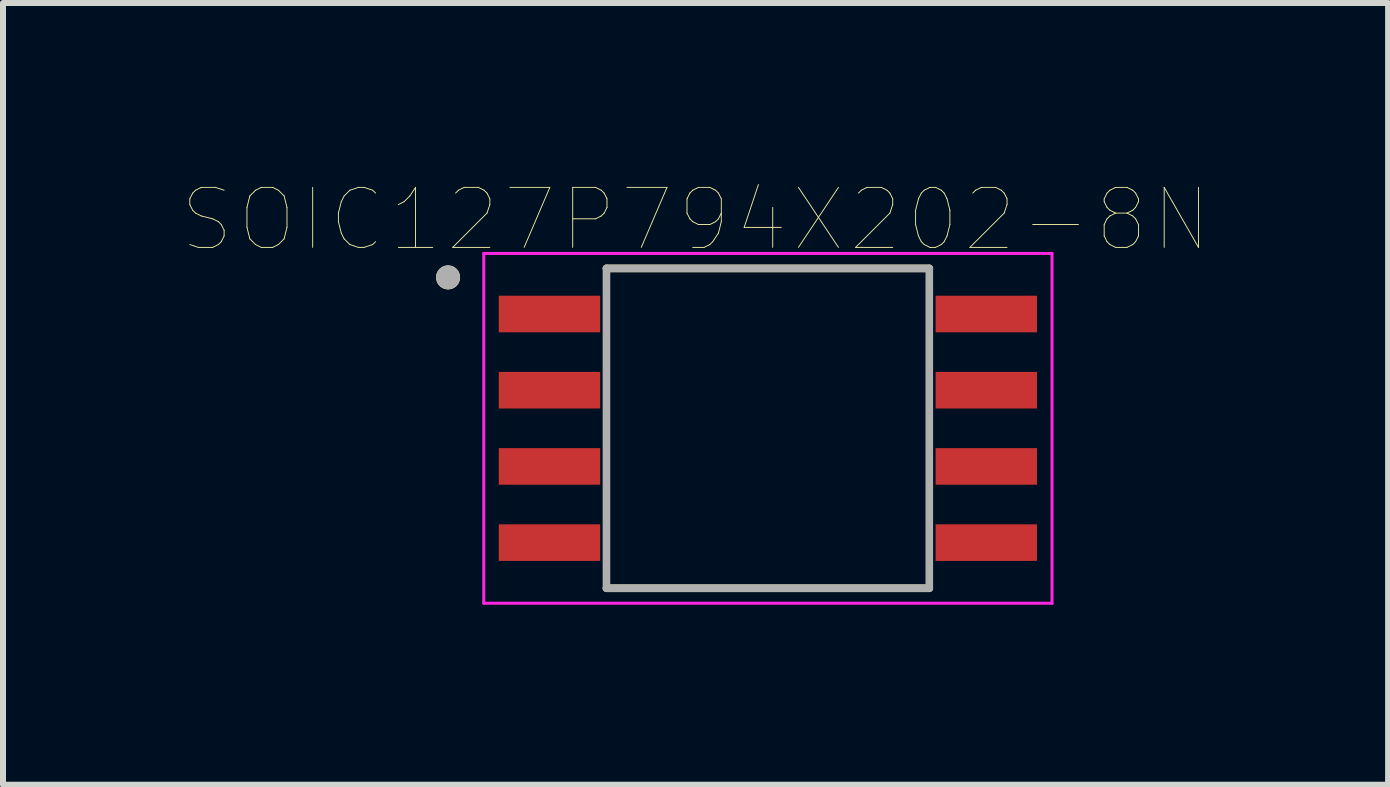
<source format=kicad_pcb>
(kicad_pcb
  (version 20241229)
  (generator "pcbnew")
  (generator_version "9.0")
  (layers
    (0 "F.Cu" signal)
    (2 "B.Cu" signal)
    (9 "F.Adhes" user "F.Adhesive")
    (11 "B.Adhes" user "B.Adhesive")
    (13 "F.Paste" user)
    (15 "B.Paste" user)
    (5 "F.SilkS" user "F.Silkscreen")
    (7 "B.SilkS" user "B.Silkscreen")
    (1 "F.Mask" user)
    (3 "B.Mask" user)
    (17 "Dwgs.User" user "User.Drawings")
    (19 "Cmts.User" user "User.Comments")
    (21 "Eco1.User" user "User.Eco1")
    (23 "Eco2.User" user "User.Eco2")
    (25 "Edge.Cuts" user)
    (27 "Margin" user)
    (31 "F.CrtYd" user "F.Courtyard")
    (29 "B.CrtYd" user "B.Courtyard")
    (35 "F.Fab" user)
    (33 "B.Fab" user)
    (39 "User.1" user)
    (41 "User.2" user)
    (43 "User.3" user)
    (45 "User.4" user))
  (footprint "SOIC127P794X202-8N"
    (layer "F.Cu")
    (at 9.747 4.088)
    (property "Reference" "SOIC127P794X202-8N" (at -1.205 -3.477 0) (layer "F.SilkS") (effects (font (size 1 1) (thickness 0.015))))
    (attr through_hole)
    (fp_line (start -2.69 -2.665) (end 2.69 -2.665) (stroke (width 0.127) (type solid)) (layer "F.SilkS"))
    (fp_line (start -2.69 2.665) (end 2.69 2.665) (stroke (width 0.127) (type solid)) (layer "F.SilkS"))
    (fp_circle (center -5.33 -2.515) (end -5.23 -2.515) (stroke (width 0.2) (type solid)) (fill no) (layer "F.SilkS"))
    (fp_line (start -4.735 -2.915) (end -4.735 2.915) (stroke (width 0.05) (type solid)) (layer "F.CrtYd"))
    (fp_line (start -4.735 -2.915) (end 4.735 -2.915) (stroke (width 0.05) (type solid)) (layer "F.CrtYd"))
    (fp_line (start -4.735 2.915) (end 4.735 2.915) (stroke (width 0.05) (type solid)) (layer "F.CrtYd"))
    (fp_line (start 4.735 -2.915) (end 4.735 2.915) (stroke (width 0.05) (type solid)) (layer "F.CrtYd"))
    (fp_line (start -2.69 -2.665) (end -2.69 2.665) (stroke (width 0.127) (type solid)) (layer "F.Fab"))
    (fp_line (start -2.69 -2.665) (end 2.69 -2.665) (stroke (width 0.127) (type solid)) (layer "F.Fab"))
    (fp_line (start -2.69 2.665) (end 2.69 2.665) (stroke (width 0.127) (type solid)) (layer "F.Fab"))
    (fp_line (start 2.69 -2.665) (end 2.69 2.665) (stroke (width 0.127) (type solid)) (layer "F.Fab"))
    (fp_circle (center -5.33 -2.515) (end -5.23 -2.515) (stroke (width 0.2) (type solid)) (fill no) (layer "F.Fab"))
    (pad "1" smd rect (at -3.64 -1.905) (size 1.69 0.61) (layers "F.Cu" "F.Mask" "F.Paste"))
    (pad "2" smd rect (at -3.64 -0.635) (size 1.69 0.61) (layers "F.Cu" "F.Mask" "F.Paste"))
    (pad "3" smd rect (at -3.64 0.635) (size 1.69 0.61) (layers "F.Cu" "F.Mask" "F.Paste"))
    (pad "4" smd rect (at -3.64 1.905) (size 1.69 0.61) (layers "F.Cu" "F.Mask" "F.Paste"))
    (pad "5" smd rect (at 3.64 1.905) (size 1.69 0.61) (layers "F.Cu" "F.Mask" "F.Paste"))
    (pad "6" smd rect (at 3.64 0.635) (size 1.69 0.61) (layers "F.Cu" "F.Mask" "F.Paste"))
    (pad "7" smd rect (at 3.64 -0.635) (size 1.69 0.61) (layers "F.Cu" "F.Mask" "F.Paste"))
    (pad "8" smd rect (at 3.64 -1.905) (size 1.69 0.61) (layers "F.Cu" "F.Mask" "F.Paste")))
  (gr_rect
    (start -3 -3)
    (end 20.083 10.028)
    (stroke (width 0.1) (type default))
    (fill no)
    (layer "Edge.Cuts")))
</source>
